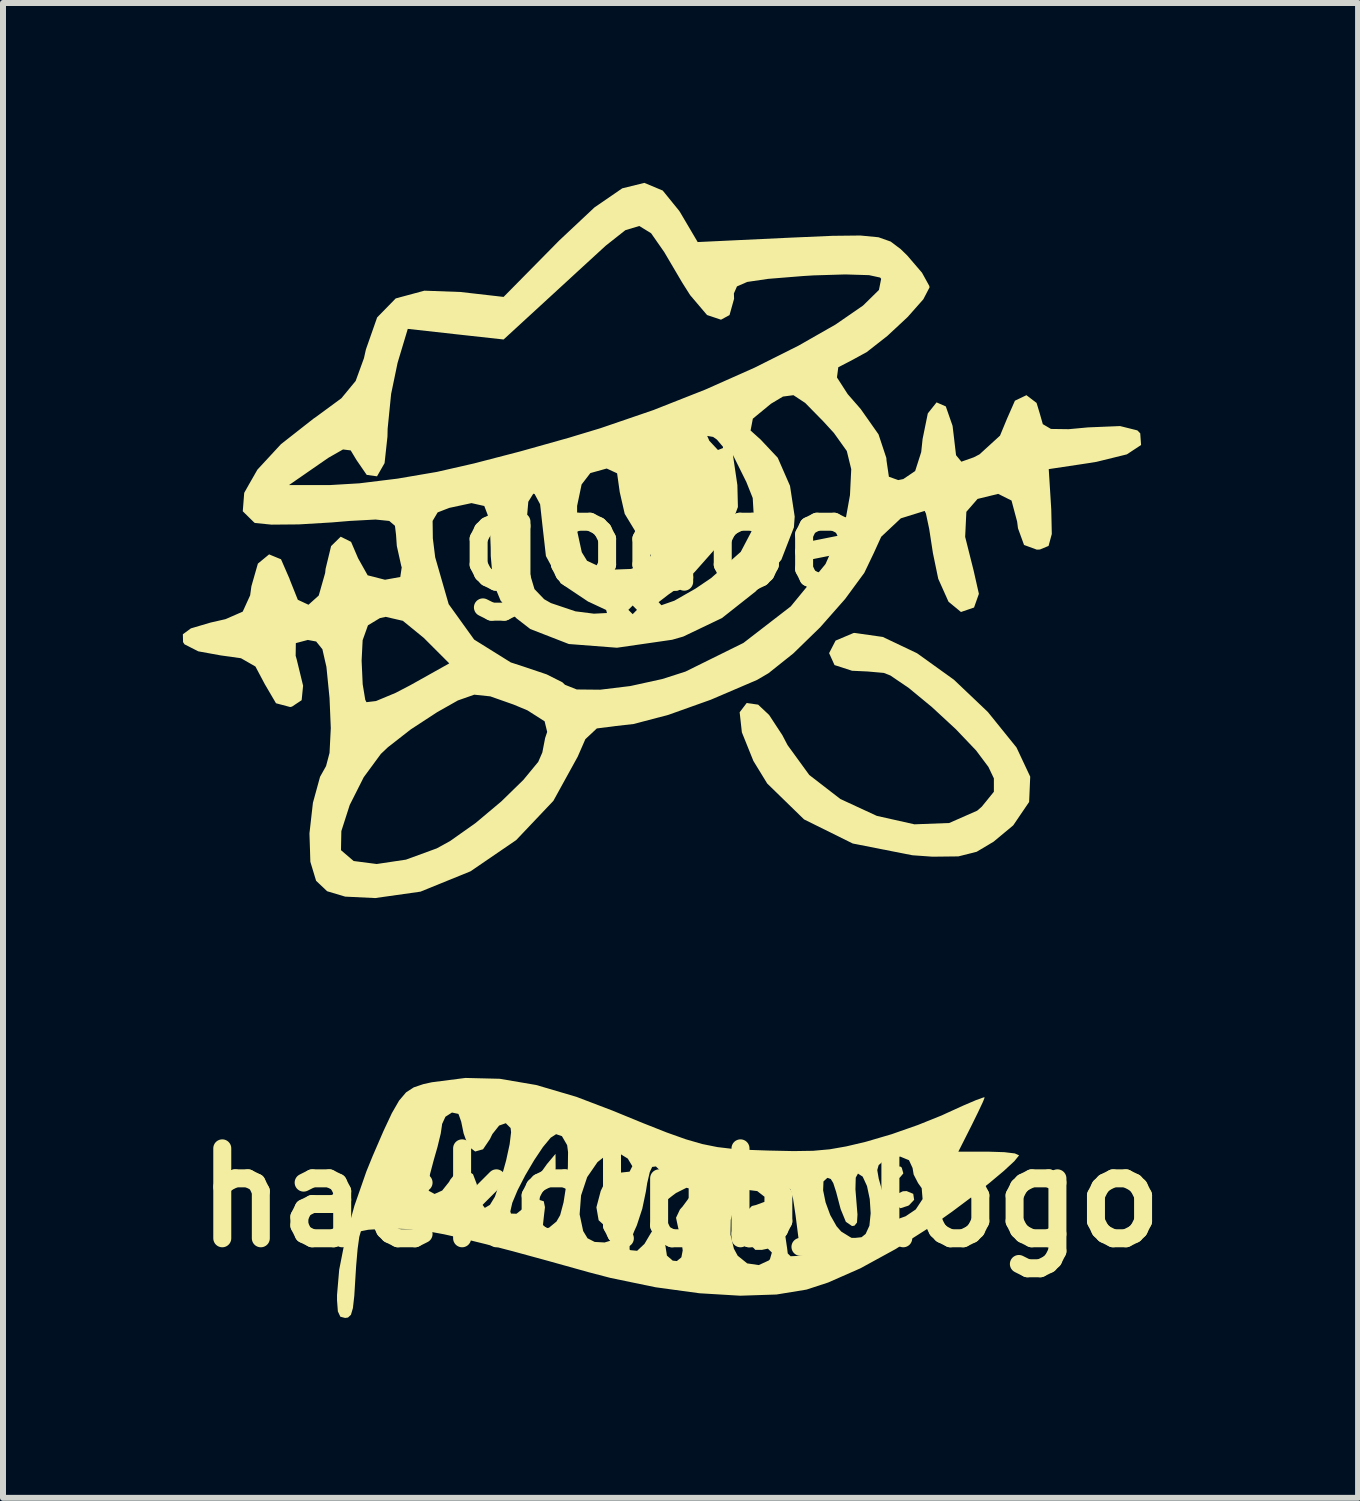
<source format=kicad_pcb>
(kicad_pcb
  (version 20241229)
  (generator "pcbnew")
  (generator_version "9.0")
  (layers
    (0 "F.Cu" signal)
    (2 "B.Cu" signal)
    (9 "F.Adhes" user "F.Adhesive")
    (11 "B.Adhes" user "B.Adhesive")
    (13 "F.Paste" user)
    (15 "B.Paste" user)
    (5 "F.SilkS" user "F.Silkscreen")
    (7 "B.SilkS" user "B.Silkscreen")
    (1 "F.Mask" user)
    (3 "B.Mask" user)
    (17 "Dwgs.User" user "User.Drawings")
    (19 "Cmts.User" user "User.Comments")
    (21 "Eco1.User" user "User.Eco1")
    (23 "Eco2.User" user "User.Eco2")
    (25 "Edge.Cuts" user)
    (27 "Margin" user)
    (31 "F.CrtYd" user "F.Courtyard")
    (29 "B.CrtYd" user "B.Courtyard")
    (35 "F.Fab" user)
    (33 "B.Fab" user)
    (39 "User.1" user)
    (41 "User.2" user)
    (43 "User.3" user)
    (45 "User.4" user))
  (footprint "godoe"
    (layer "F.Cu")
    (at 8.004 5.973)
    (property "Reference" "godoe" (at 0 0 0) (layer "F.SilkS") (effects (font (size 1.5 1.5) (thickness 0.3))))
    (attr board_only exclude_from_pos_files exclude_from_bom)
    (fp_poly (pts (xy 3.669 1.6) (xy 4.241 1.872) (xy 4.855 2.313) (xy 5.421 2.851) (xy 5.899 3.443) (xy 6.128 3.93) (xy 6.11 4.352) (xy 5.845 4.742) (xy 5.517 5.015) (xy 5.235 5.183) (xy 4.93 5.26) (xy 4.499 5.265) (xy 4.162 5.241) (xy 3.168 5.045) (xy 2.356 4.643) (xy 1.742 4.045) (xy 1.511 3.668) (xy 1.319 3.191) (xy 1.282 2.856) (xy 1.399 2.702) (xy 1.59 2.729) (xy 1.773 2.901) (xy 1.994 3.238) (xy 2.081 3.404) (xy 2.443 3.902) (xy 2.962 4.303) (xy 3.569 4.584) (xy 4.197 4.725) (xy 4.777 4.703) (xy 5.243 4.498) (xy 5.32 4.431) (xy 5.522 4.182) (xy 5.522 3.959) (xy 5.431 3.768) (xy 5.226 3.494) (xy 4.889 3.14) (xy 4.49 2.771) (xy 4.102 2.451) (xy 3.796 2.243) (xy 3.686 2.2) (xy 3.416 2.176) (xy 3.157 2.164) (xy 2.864 2.069) (xy 2.774 1.87) (xy 2.882 1.661) (xy 3.18 1.535) (xy 3.199 1.533)) (stroke (width 0) (type solid)) (fill yes) (layer "F.SilkS"))
    (fp_poly (pts (xy -0.001 -5.845) (xy 0.275 -5.505) (xy 0.296 -5.471) (xy 0.582 -4.986) (xy 2.143 -5.06) (xy 2.832 -5.09) (xy 3.296 -5.095) (xy 3.598 -5.066) (xy 3.801 -4.994) (xy 3.968 -4.868) (xy 4.077 -4.762) (xy 4.323 -4.475) (xy 4.445 -4.254) (xy 4.449 -4.23) (xy 4.345 -4.031) (xy 4.084 -3.736) (xy 3.745 -3.42) (xy 3.403 -3.152) (xy 3.142 -3.009) (xy 2.927 -2.898) (xy 2.905 -2.728) (xy 3.084 -2.45) (xy 3.301 -2.201) (xy 3.598 -1.779) (xy 3.729 -1.384) (xy 3.731 -1.345) (xy 3.771 -1.072) (xy 3.927 -1.016) (xy 4.011 -1.033) (xy 4.209 -1.167) (xy 4.31 -1.483) (xy 4.333 -1.701) (xy 4.42 -2.128) (xy 4.566 -2.312) (xy 4.72 -2.245) (xy 4.833 -1.921) (xy 4.851 -1.771) (xy 4.891 -1.431) (xy 4.98 -1.323) (xy 5.187 -1.396) (xy 5.282 -1.445) (xy 5.624 -1.757) (xy 5.742 -2.042) (xy 5.873 -2.34) (xy 6.065 -2.432) (xy 6.234 -2.303) (xy 6.287 -2.128) (xy 6.338 -1.949) (xy 6.474 -1.869) (xy 6.77 -1.865) (xy 7.092 -1.895) (xy 7.627 -1.917) (xy 7.915 -1.845) (xy 7.963 -1.796) (xy 7.977 -1.601) (xy 7.74 -1.445) (xy 7.236 -1.321) (xy 7.069 -1.294) (xy 6.437 -1.199) (xy 6.479 -0.528) (xy 6.488 -0.117) (xy 6.434 0.082) (xy 6.29 0.142) (xy 6.238 0.144) (xy 6.025 0.066) (xy 5.924 -0.212) (xy 5.91 -0.323) (xy 5.816 -0.675) (xy 5.594 -0.786) (xy 5.25 -0.702) (xy 5.063 -0.487) (xy 5.043 -0.069) (xy 5.184 0.492) (xy 5.272 0.881) (xy 5.192 1.107) (xy 5.19 1.11) (xy 4.973 1.184) (xy 4.765 1.012) (xy 4.594 0.63) (xy 4.505 0.2) (xy 4.443 -0.203) (xy 4.389 -0.457) (xy 4.368 -0.502) (xy 3.97 -0.378) (xy 3.643 -0.071) (xy 3.519 0.201) (xy 3.361 0.531) (xy 3.041 0.967) (xy 2.625 1.439) (xy 2.177 1.875) (xy 1.763 2.205) (xy 1.572 2.317) (xy 0.801 2.647) (xy 0.092 2.9) (xy -0.487 3.052) (xy -0.78 3.085) (xy -1.1 3.126) (xy -1.291 3.304) (xy -1.419 3.597) (xy -1.825 4.334) (xy -2.445 4.988) (xy -3.207 5.509) (xy -4.041 5.848) (xy -4.797 5.955) (xy -5.297 5.931) (xy -5.598 5.841) (xy -5.782 5.667) (xy -5.878 5.35) (xy -5.884 5.151) (xy -5.367 5.151) (xy -5.365 5.158) (xy -5.156 5.337) (xy -4.771 5.387) (xy -4.283 5.314) (xy -3.769 5.126) (xy -3.549 5.005) (xy -3.123 4.704) (xy -2.694 4.344) (xy -2.325 3.984) (xy -2.077 3.683) (xy -2.009 3.527) (xy -1.962 3.285) (xy -1.928 3.184) (xy -1.971 3.007) (xy -2.258 2.824) (xy -2.488 2.728) (xy -2.877 2.591) (xy -3.144 2.563) (xy -3.417 2.659) (xy -3.762 2.854) (xy -4.203 3.142) (xy -4.585 3.44) (xy -4.702 3.551) (xy -4.988 3.94) (xy -5.221 4.402) (xy -5.361 4.838) (xy -5.367 5.151) (xy -5.884 5.151) (xy -5.893 4.877) (xy -5.835 4.366) (xy -5.716 3.932) (xy -5.616 3.754) (xy -5.558 3.534) (xy -5.537 3.12) (xy -5.558 2.619) (xy -5.61 2.099) (xy -5.634 1.995) (xy -5.023 1.995) (xy -5.005 2.39) (xy -4.962 2.649) (xy -4.942 2.688) (xy -4.783 2.669) (xy -4.461 2.535) (xy -4.211 2.405) (xy -3.561 2.041) (xy -3.987 1.615) (xy -4.335 1.331) (xy -4.621 1.265) (xy -4.718 1.286) (xy -4.917 1.406) (xy -5.006 1.655) (xy -5.023 1.995) (xy -5.634 1.995) (xy -5.677 1.805) (xy -5.781 1.676) (xy -5.92 1.65) (xy -6.12 1.703) (xy -6.123 1.914) (xy -6.106 1.973) (xy -5.999 2.413) (xy -6.023 2.655) (xy -6.184 2.762) (xy -6.214 2.769) (xy -6.451 2.706) (xy -6.638 2.387) (xy -6.794 2.093) (xy -7.035 1.955) (xy -7.372 1.908) (xy -7.747 1.84) (xy -7.977 1.723) (xy -8.001 1.686) (xy -8.004 1.555) (xy -7.87 1.457) (xy -7.541 1.36) (xy -7.292 1.303) (xy -7.006 1.178) (xy -6.882 0.906) (xy -6.861 0.754) (xy -6.753 0.377) (xy -6.566 0.223) (xy -6.367 0.305) (xy -6.223 0.635) (xy -6.222 0.642) (xy -6.087 0.98) (xy -5.909 1.063) (xy -5.738 0.909) (xy -5.631 0.533) (xy -5.624 0.465) (xy -5.532 0.085) (xy -5.372 -0.072) (xy -5.199 0.014) (xy -5.082 0.287) (xy -4.922 0.572) (xy -4.633 0.646) (xy -4.378 0.6) (xy -4.354 0.438) (xy -4.361 0.419) (xy -4.436 0.082) (xy -4.449 -0.105) (xy -4.467 -0.254) (xy -4.561 -0.334) (xy -4.565 -0.335) (xy -3.839 -0.335) (xy -3.835 -0.044) (xy -3.796 0.271) (xy -3.571 1.053) (xy -3.146 1.644) (xy -2.535 2.025) (xy -2.329 2.092) (xy -1.937 2.224) (xy -1.675 2.356) (xy -1.631 2.398) (xy -1.435 2.476) (xy -1.045 2.48) (xy -0.542 2.419) (xy -0.009 2.302) (xy 0.378 2.178) (xy 1.345 1.7) (xy 2.134 1.091) (xy 2.714 0.384) (xy 3.054 -0.387) (xy 3.122 -0.765) (xy 3.143 -1.198) (xy 3.069 -1.501) (xy 2.854 -1.802) (xy 2.68 -1.992) (xy 2.375 -2.303) (xy 2.179 -2.432) (xy 2.004 -2.409) (xy 1.804 -2.289) (xy 1.502 -2.04) (xy 1.464 -1.843) (xy 1.631 -1.693) (xy 1.917 -1.389) (xy 2.122 -0.92) (xy 2.2 -0.408) (xy 2.187 -0.228) (xy 1.978 0.311) (xy 1.555 0.836) (xy 0.987 1.285) (xy 0.341 1.594) (xy 0.156 1.647) (xy -0.764 1.78) (xy -1.567 1.718) (xy -2.21 1.468) (xy -2.446 1.285) (xy -2.705 0.994) (xy -2.831 0.69) (xy -2.869 0.25) (xy -2.87 0.117) (xy -2.885 -0.281) (xy -2.275 -0.281) (xy -2.267 0.032) (xy -2.225 0.518) (xy -2.14 0.802) (xy -1.978 0.971) (xy -1.866 1.035) (xy -1.456 1.173) (xy -1.148 1.212) (xy -0.931 1.201) (xy -0.945 1.15) (xy -0.949 1.148) (xy -0.574 1.148) (xy -0.502 1.22) (xy -0.431 1.148) (xy -0.502 1.076) (xy -0.574 1.148) (xy -0.949 1.148) (xy -1.208 1.027) (xy -1.222 1.02) (xy -0.07 1.02) (xy -0.023 1.071) (xy 0.194 0.995) (xy 0.546 0.794) (xy 0.806 0.618) (xy 1.3 0.181) (xy 1.527 -0.251) (xy 1.5 -0.717) (xy 1.394 -0.983) (xy 1.17 -1.435) (xy 1.244 -0.933) (xy 1.253 -0.567) (xy 1.13 -0.235) (xy 0.862 0.144) (xy 0.532 0.517) (xy 0.215 0.809) (xy 0.096 0.892) (xy -0.07 1.02) (xy -1.222 1.02) (xy -1.244 1.011) (xy -1.705 0.703) (xy -1.949 0.251) (xy -1.997 -0.172) (xy -1.429 -0.172) (xy -1.351 0.187) (xy -1.263 0.33) (xy -0.938 0.481) (xy -0.529 0.466) (xy -0.303 0.372) (xy -0.199 0.244) (xy -0.29 0.055) (xy -0.411 -0.084) (xy -0.635 -0.453) (xy -0.718 -0.816) (xy -0.762 -1.129) (xy -0.935 -1.209) (xy -1.208 -1.133) (xy -1.354 -0.943) (xy -1.429 -0.585) (xy -1.429 -0.172) (xy -1.997 -0.172) (xy -2.009 -0.278) (xy -2.046 -0.613) (xy -2.138 -0.784) (xy -2.16 -0.789) (xy -2.243 -0.655) (xy -2.275 -0.281) (xy -2.885 -0.281) (xy -2.888 -0.351) (xy -2.977 -0.584) (xy -3.19 -0.632) (xy -3.562 -0.552) (xy -3.755 -0.477) (xy -3.839 -0.335) (xy -4.565 -0.335) (xy -4.792 -0.358) (xy -5.219 -0.335) (xy -5.519 -0.31) (xy -6.07 -0.277) (xy -6.526 -0.273) (xy -6.796 -0.3) (xy -6.811 -0.305) (xy -7.005 -0.496) (xy -6.981 -0.803) (xy -6.908 -0.933) (xy -6.234 -0.933) (xy -5.551 -0.933) (xy -5.062 -0.962) (xy -4.427 -1.04) (xy -3.782 -1.15) (xy -3.761 -1.154) (xy -3.148 -1.294) (xy -2.378 -1.494) (xy -1.563 -1.723) (xy -1.465 -1.753) (xy 0.741 -1.753) (xy 0.776 -1.672) (xy 0.92 -1.518) (xy 1.003 -1.55) (xy 1.005 -1.57) (xy 0.903 -1.691) (xy 0.839 -1.736) (xy 0.741 -1.753) (xy -1.465 -1.753) (xy -1.041 -1.881) (xy -0.159 -2.183) (xy 0.71 -2.526) (xy 1.531 -2.891) (xy 2.267 -3.26) (xy 2.882 -3.611) (xy 3.34 -3.927) (xy 3.605 -4.187) (xy 3.642 -4.373) (xy 3.625 -4.394) (xy 3.44 -4.434) (xy 3.044 -4.446) (xy 2.513 -4.43) (xy 2.337 -4.419) (xy 1.757 -4.372) (xy 1.409 -4.321) (xy 1.237 -4.246) (xy 1.186 -4.129) (xy 1.189 -4.04) (xy 1.113 -3.768) (xy 0.971 -3.691) (xy 0.738 -3.769) (xy 0.456 -4.101) (xy 0.325 -4.308) (xy 0.024 -4.819) (xy -0.195 -5.133) (xy -0.392 -5.254) (xy -0.624 -5.184) (xy -0.951 -4.926) (xy -1.433 -4.484) (xy -1.525 -4.399) (xy -2.655 -3.361) (xy -3.454 -3.449) (xy -4.253 -3.538) (xy -4.423 -2.972) (xy -4.531 -2.452) (xy -4.589 -1.872) (xy -4.592 -1.741) (xy -4.64 -1.299) (xy -4.766 -1.079) (xy -4.938 -1.103) (xy -5.108 -1.35) (xy -5.205 -1.511) (xy -5.333 -1.527) (xy -5.575 -1.389) (xy -5.736 -1.278) (xy -6.234 -0.933) (xy -6.908 -0.933) (xy -6.761 -1.19) (xy -6.368 -1.615) (xy -5.824 -2.042) (xy -5.776 -2.075) (xy -5.36 -2.381) (xy -5.122 -2.67) (xy -4.984 -3.049) (xy -4.951 -3.196) (xy -4.764 -3.729) (xy -4.454 -4.046) (xy -3.976 -4.175) (xy -3.372 -4.153) (xy -2.655 -4.071) (xy -1.726 -5.013) (xy -1.139 -5.564) (xy -0.676 -5.882) (xy -0.307 -5.973)) (stroke (width 0) (type solid)) (fill yes) (layer "F.SilkS")))
  (footprint "hackclub_logo"
    (layer "F.Cu")
    (at 8.3 16.924)
    (property "Reference" "hackclub_logo" (at 0 0 0) (layer "F.SilkS") (effects (font (size 1.5 1.5) (thickness 0.3))))
    (attr board_only exclude_from_pos_files exclude_from_bom)
    (fp_poly (pts (xy 3.667 -0.518) (xy 3.689 -0.501) (xy 3.716 -0.404) (xy 3.659 -0.336) (xy 3.554 -0.287) (xy 3.502 -0.331) (xy 3.493 -0.442) (xy 3.566 -0.52)) (stroke (width 0) (type solid)) (fill yes) (layer "F.SilkS"))
    (fp_poly (pts (xy -2.083 -0.493) (xy -2.1 -0.325) (xy -2.171 -0.261) (xy -2.226 -0.255) (xy -2.345 -0.283) (xy -2.372 -0.32) (xy -2.329 -0.418) (xy -2.229 -0.558) (xy -2.085 -0.73)) (stroke (width 0) (type solid)) (fill yes) (layer "F.SilkS"))
    (fp_poly (pts (xy 3.881 -0.063) (xy 3.896 0.037) (xy 3.809 0.129) (xy 3.789 0.138) (xy 3.668 0.177) (xy 3.616 0.144) (xy 3.589 0.08) (xy 3.587 -0.05) (xy 3.709 -0.106) (xy 3.771 -0.109)) (stroke (width 0) (type solid)) (fill yes) (layer "F.SilkS"))
    (fp_poly (pts (xy -3.015 -1.982) (xy -2.406 -1.878) (xy -1.737 -1.681) (xy -1.131 -1.45) (xy -0.629 -1.244) (xy -0.232 -1.087) (xy 0.088 -0.973) (xy 0.361 -0.894) (xy 0.614 -0.843) (xy 0.876 -0.812) (xy 1.177 -0.795) (xy 1.46 -0.785) (xy 1.885 -0.776) (xy 2.212 -0.781) (xy 2.489 -0.806) (xy 2.763 -0.854) (xy 3.081 -0.929) (xy 3.117 -0.939) (xy 3.519 -1.057) (xy 3.958 -1.211) (xy 4.356 -1.371) (xy 4.449 -1.414) (xy 4.717 -1.536) (xy 4.928 -1.626) (xy 5.052 -1.671) (xy 5.073 -1.672) (xy 5.042 -1.594) (xy 4.962 -1.424) (xy 4.853 -1.202) (xy 4.633 -0.766) (xy 5.151 -0.766) (xy 5.4 -0.758) (xy 5.576 -0.737) (xy 5.645 -0.706) (xy 5.644 -0.702) (xy 5.567 -0.607) (xy 5.393 -0.446) (xy 5.147 -0.24) (xy 4.852 -0.007) (xy 4.531 0.233) (xy 4.208 0.462) (xy 4.197 0.469) (xy 3.587 0.858) (xy 3 1.179) (xy 2.462 1.416) (xy 2.101 1.534) (xy 1.6 1.616) (xy 0.995 1.636) (xy 0.314 1.595) (xy -0.417 1.495) (xy -1.17 1.339) (xy -1.533 1.244) (xy -2.228 1.05) (xy -2.799 0.894) (xy -2.911 0.865) (xy -0.85 0.865) (xy -0.839 0.876) (xy -0.724 0.887) (xy -0.601 0.771) (xy -0.503 0.605) (xy -0.415 0.464) (xy -0.352 0.448) (xy -0.322 0.482) (xy -0.272 0.632) (xy -0.257 0.772) (xy -0.227 0.967) (xy -0.13 1.051) (xy -0.061 1.058) (xy 0.014 0.996) (xy 0.036 0.881) (xy 0.01 0.674) (xy -0.007 0.617) (xy 0.833 0.617) (xy 0.89 0.852) (xy 0.953 0.969) (xy 1.112 1.097) (xy 1.305 1.125) (xy 1.472 1.048) (xy 1.491 1.028) (xy 1.523 0.916) (xy 1.457 0.851) (xy 1.356 0.872) (xy 1.247 0.871) (xy 1.149 0.764) (xy 1.084 0.587) (xy 1.073 0.411) (xy 1.108 0.224) (xy 1.19 0.14) (xy 1.259 0.123) (xy 1.399 0.071) (xy 1.4 -0.015) (xy 1.397 -0.017) (xy 1.674 -0.017) (xy 1.685 0.22) (xy 1.711 0.408) (xy 1.75 0.657) (xy 1.778 0.847) (xy 1.788 0.931) (xy 1.836 0.978) (xy 1.989 0.97) (xy 2.244 0.909) (xy 2.443 0.832) (xy 2.51 0.761) (xy 2.443 0.714) (xy 2.246 0.708) (xy 1.974 0.73) (xy 1.919 0.299) (xy 1.877 0.019) (xy 1.839 -0.122) (xy 2.378 -0.122) (xy 2.419 0.079) (xy 2.497 0.291) (xy 2.602 0.477) (xy 2.68 0.566) (xy 2.864 0.68) (xy 3.018 0.661) (xy 3.087 0.606) (xy 3.15 0.469) (xy 3.171 0.261) (xy 3.156 0.025) (xy 3.11 -0.193) (xy 3.038 -0.35) (xy 2.959 -0.401) (xy 2.922 -0.333) (xy 2.917 -0.138) (xy 2.931 0.036) (xy 2.951 0.282) (xy 2.943 0.416) (xy 2.901 0.468) (xy 2.86 0.474) (xy 2.757 0.403) (xy 2.671 0.193) (xy 2.663 0.164) (xy 2.595 -0.095) (xy 2.547 -0.243) (xy 2.506 -0.31) (xy 2.458 -0.328) (xy 2.447 -0.328) (xy 2.384 -0.27) (xy 2.378 -0.122) (xy 1.839 -0.122) (xy 1.836 -0.134) (xy 1.785 -0.18) (xy 1.715 -0.139) (xy 1.711 -0.134) (xy 1.674 -0.017) (xy 1.397 -0.017) (xy 1.279 -0.109) (xy 1.125 -0.128) (xy 0.993 -0.034) (xy 0.895 0.142) (xy 0.838 0.37) (xy 0.833 0.617) (xy -0.007 0.617) (xy -0.039 0.505) (xy -0.075 0.336) (xy -0.01 0.198) (xy 0.034 0.149) (xy 0.169 -0.034) (xy 0.185 -0.144) (xy 0.099 -0.164) (xy -0.075 -0.077) (xy -0.135 -0.032) (xy -0.327 0.119) (xy -0.282 -0.105) (xy -0.279 -0.285) (xy -0.329 -0.439) (xy -0.35 -0.46) (xy 3.281 -0.46) (xy 3.305 -0.318) (xy 3.364 -0.109) (xy 3.433 0.118) (xy 3.49 0.285) (xy 3.513 0.344) (xy 3.602 0.366) (xy 3.754 0.311) (xy 3.923 0.197) (xy 4.037 0.024) (xy 4.022 -0.158) (xy 3.962 -0.242) (xy 3.888 -0.385) (xy 3.87 -0.494) (xy 3.81 -0.624) (xy 3.664 -0.684) (xy 3.482 -0.662) (xy 3.374 -0.605) (xy 3.304 -0.541) (xy 3.281 -0.46) (xy -0.35 -0.46) (xy -0.411 -0.52) (xy -0.473 -0.512) (xy -0.513 -0.426) (xy -0.556 -0.242) (xy -0.578 -0.101) (xy -0.638 0.185) (xy -0.729 0.463) (xy -0.77 0.554) (xy -0.849 0.751) (xy -0.85 0.865) (xy -2.911 0.865) (xy -3.265 0.772) (xy -3.642 0.679) (xy -3.947 0.611) (xy -4.197 0.565) (xy -4.409 0.537) (xy -4.601 0.523) (xy -4.719 0.519) (xy -4.993 0.522) (xy -5.208 0.536) (xy -5.324 0.559) (xy -5.332 0.564) (xy -5.358 0.655) (xy -5.386 0.858) (xy -5.41 1.136) (xy -5.421 1.312) (xy -5.441 1.637) (xy -5.464 1.842) (xy -5.497 1.954) (xy -5.546 2) (xy -5.594 2.007) (xy -5.674 1.986) (xy -5.715 1.898) (xy -5.729 1.711) (xy -5.729 1.624) (xy -5.693 1.203) (xy -5.593 0.694) (xy -5.465 0.231) (xy -2.839 0.231) (xy -2.828 0.266) (xy -2.736 0.269) (xy -2.629 0.184) (xy -2.483 0.073) (xy -2.365 0.036) (xy -2.281 0.061) (xy -2.261 0.16) (xy -2.277 0.293) (xy -2.295 0.46) (xy -2.266 0.517) (xy -2.194 0.502) (xy -2.069 0.399) (xy -2.009 0.295) (xy -2.004 0.279) (xy -1.683 0.279) (xy -1.624 0.557) (xy -1.551 0.678) (xy -1.432 0.739) (xy -1.267 0.748) (xy -1.126 0.706) (xy -1.082 0.656) (xy -1.121 0.575) (xy -1.222 0.51) (xy -1.366 0.377) (xy -1.403 0.162) (xy -1.331 -0.111) (xy -1.297 -0.182) (xy -1.181 -0.359) (xy -1.059 -0.418) (xy -1.01 -0.416) (xy -0.85 -0.433) (xy -0.804 -0.524) (xy -0.88 -0.651) (xy -1.046 -0.754) (xy -1.219 -0.724) (xy -1.385 -0.592) (xy -1.557 -0.342) (xy -1.659 -0.036) (xy -1.683 0.279) (xy -2.004 0.279) (xy -1.951 0.079) (xy -1.906 -0.208) (xy -1.879 -0.507) (xy -1.876 -0.76) (xy -1.891 -0.875) (xy -1.978 -1.025) (xy -2.075 -1.058) (xy -2.166 -0.999) (xy -2.295 -0.843) (xy -2.442 -0.623) (xy -2.589 -0.373) (xy -2.717 -0.125) (xy -2.806 0.087) (xy -2.839 0.231) (xy -5.465 0.231) (xy -5.439 0.136) (xy -5.321 -0.202) (xy -4.207 -0.202) (xy -4.199 -0.114) (xy -4.102 -0.061) (xy -3.975 -0.118) (xy -3.859 -0.264) (xy -3.843 -0.296) (xy -3.724 -0.442) (xy -3.584 -0.469) (xy -3.461 -0.39) (xy -3.397 -0.221) (xy -3.395 -0.138) (xy -3.403 0.061) (xy -3.383 0.154) (xy -3.32 0.181) (xy -3.283 0.182) (xy -3.179 0.121) (xy -3.096 -0.015) (xy -2.994 -0.314) (xy -2.909 -0.619) (xy -2.85 -0.891) (xy -2.826 -1.09) (xy -2.834 -1.16) (xy -2.914 -1.241) (xy -3.025 -1.202) (xy -3.138 -1.06) (xy -3.179 -0.976) (xy -3.294 -0.806) (xy -3.425 -0.769) (xy -3.542 -0.859) (xy -3.617 -1.069) (xy -3.619 -1.077) (xy -3.658 -1.267) (xy -3.7 -1.386) (xy -3.708 -1.397) (xy -3.812 -1.419) (xy -3.921 -1.349) (xy -3.977 -1.227) (xy -3.978 -1.213) (xy -3.999 -1.07) (xy -4.054 -0.843) (xy -4.114 -0.634) (xy -4.178 -0.392) (xy -4.207 -0.202) (xy -5.321 -0.202) (xy -5.24 -0.435) (xy -5.136 -0.691) (xy -4.956 -1.107) (xy -4.814 -1.41) (xy -4.694 -1.618) (xy -4.578 -1.755) (xy -4.449 -1.839) (xy -4.292 -1.892) (xy -4.148 -1.924) (xy -3.588 -1.996)) (stroke (width 0) (type solid)) (fill yes) (layer "F.SilkS")))
  (gr_rect
    (start -3 -3)
    (end 19.6 21.931)
    (stroke (width 0.1) (type default))
    (fill no)
    (layer "Edge.Cuts")))
</source>
